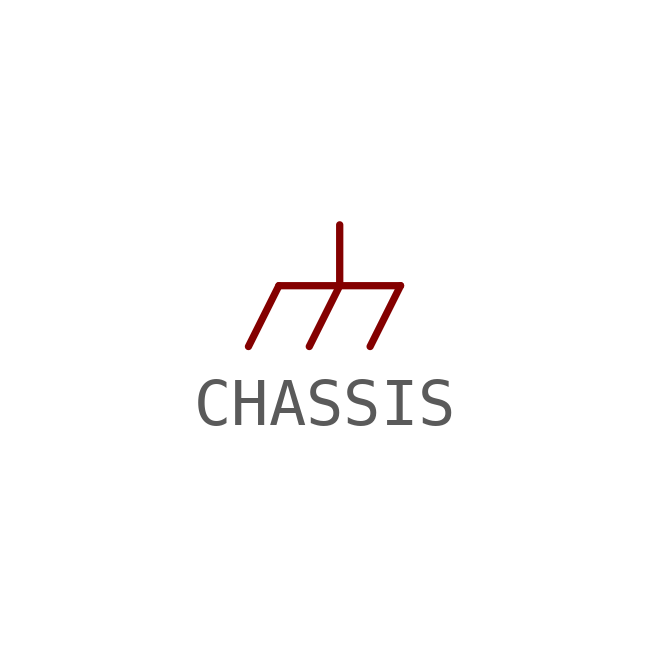
<source format=kicad_sym>
(kicad_symbol_lib
  (version 20211014)
  (generator kicad_symbol_editor)
  (symbol "CHASSIS"
    (power)
    (pin_names
      (offset 0))
    (property "Reference" "#PWR"
      (at 0 -6.35 0)
      (effects (font (size 1.27 1.27)) hide))
    (symbol "CHASSIS_0_1"
      (polyline (pts (xy -1.27 -1.27) (xy -1.905 -2.54)) (stroke (width 0.152) (type default) (color 0 0 0 0)) (fill (type none)))
      (polyline (pts (xy 0 -1.27) (xy -0.635 -2.54)) (stroke (width 0.152) (type default) (color 0 0 0 0)) (fill (type none)))
      (polyline (pts (xy 0 -1.27) (xy 0 0)) (stroke (width 0) (type default) (color 0 0 0 0)) (fill (type none)))
      (polyline (pts (xy 1.27 -1.27) (xy -1.27 -1.27)) (stroke (width 0) (type default) (color 0 0 0 0)) (fill (type none)))
      (polyline (pts (xy 1.27 -1.27) (xy 0.635 -2.54)) (stroke (width 0.152) (type default) (color 0 0 0 0)) (fill (type none))))
    (symbol "CHASSIS_1_1"
      (pin power_in line (at 0 0 270) (length 0) hide (name "CHASSIS" (effects (font (size 1.27 1.27)))) (number "1" (effects (font (size 1.27 1.27))))))))
</source>
